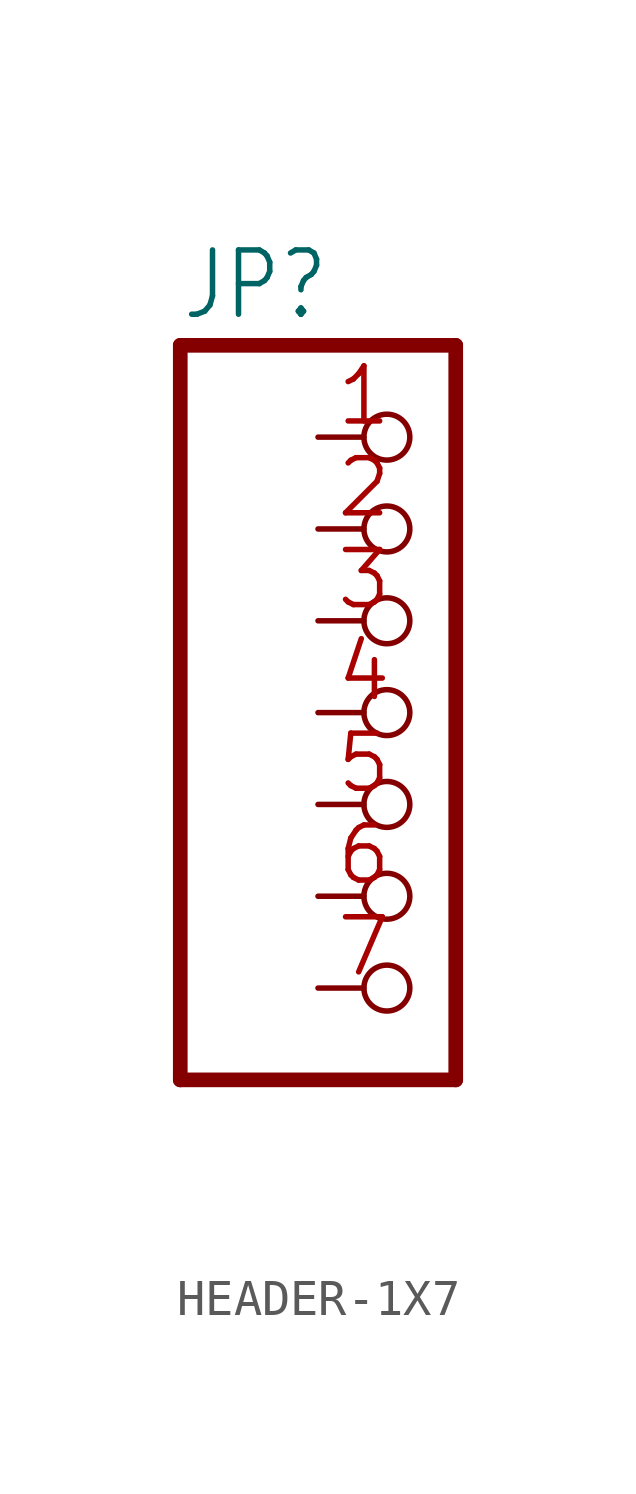
<source format=kicad_sym>
(kicad_symbol_lib
  (version 20241209)
  (generator "kicad_symbol_editor")
  (generator_version "9.0")
  (symbol "HEADER-1X7"
    (property "Reference" "JP"
      (at -6.35 10.795 0)
      (effects (font (size 1.778 1.511)) (justify left bottom)))
    (property "Value" ""
      (at -6.35 -12.7 0)
      (effects (font (size 1.778 1.511)) (justify left bottom)))
    (property "ki_locked" ""
      (at 0 0 0)
      (effects (font (size 1.27 1.27))))
    (symbol "HEADER-1X7_1_0"
      (polyline (pts (xy -6.35 10.16) (xy -6.35 -10.16)) (stroke (width 0.406) (type solid)) (fill (type none)))
      (polyline (pts (xy -6.35 -10.16) (xy 1.27 -10.16)) (stroke (width 0.406) (type solid)) (fill (type none)))
      (polyline (pts (xy 1.27 10.16) (xy -6.35 10.16)) (stroke (width 0.406) (type solid)) (fill (type none)))
      (polyline (pts (xy 1.27 -10.16) (xy 1.27 10.16)) (stroke (width 0.406) (type solid)) (fill (type none)))
      (pin passive inverted (at -2.54 7.62 0) (length 2.54) (name "1" (effects (font (size 0 0)))) (number "1" (effects (font (size 1.524 1.524)))))
      (pin passive inverted (at -2.54 5.08 0) (length 2.54) (name "2" (effects (font (size 0 0)))) (number "2" (effects (font (size 1.524 1.524)))))
      (pin passive inverted (at -2.54 2.54 0) (length 2.54) (name "3" (effects (font (size 0 0)))) (number "3" (effects (font (size 1.524 1.524)))))
      (pin passive inverted (at -2.54 0 0) (length 2.54) (name "4" (effects (font (size 0 0)))) (number "4" (effects (font (size 1.524 1.524)))))
      (pin passive inverted (at -2.54 -2.54 0) (length 2.54) (name "5" (effects (font (size 0 0)))) (number "5" (effects (font (size 1.524 1.524)))))
      (pin passive inverted (at -2.54 -5.08 0) (length 2.54) (name "6" (effects (font (size 0 0)))) (number "6" (effects (font (size 1.524 1.524)))))
      (pin passive inverted (at -2.54 -7.62 0) (length 2.54) (name "7" (effects (font (size 0 0)))) (number "7" (effects (font (size 1.524 1.524))))))))
</source>
